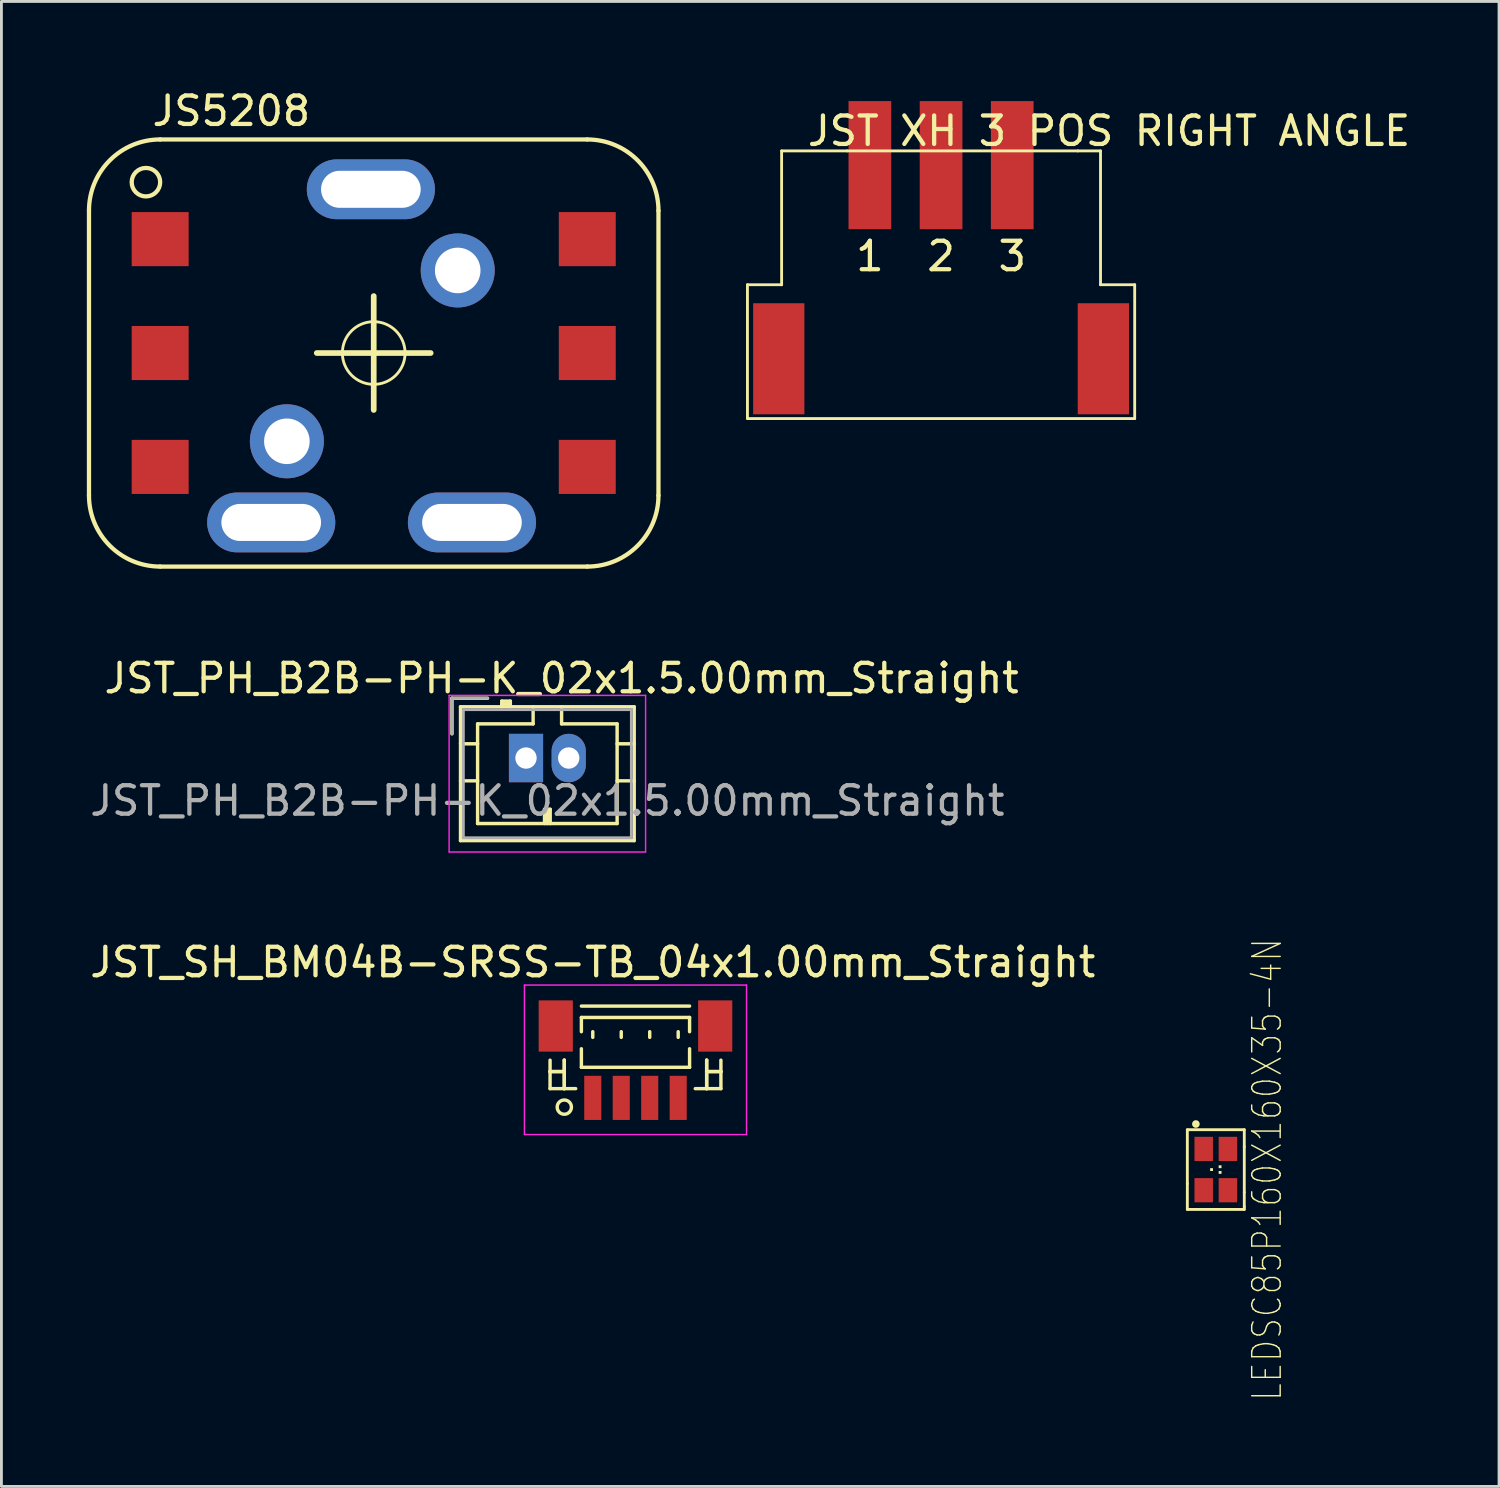
<source format=kicad_pcb>
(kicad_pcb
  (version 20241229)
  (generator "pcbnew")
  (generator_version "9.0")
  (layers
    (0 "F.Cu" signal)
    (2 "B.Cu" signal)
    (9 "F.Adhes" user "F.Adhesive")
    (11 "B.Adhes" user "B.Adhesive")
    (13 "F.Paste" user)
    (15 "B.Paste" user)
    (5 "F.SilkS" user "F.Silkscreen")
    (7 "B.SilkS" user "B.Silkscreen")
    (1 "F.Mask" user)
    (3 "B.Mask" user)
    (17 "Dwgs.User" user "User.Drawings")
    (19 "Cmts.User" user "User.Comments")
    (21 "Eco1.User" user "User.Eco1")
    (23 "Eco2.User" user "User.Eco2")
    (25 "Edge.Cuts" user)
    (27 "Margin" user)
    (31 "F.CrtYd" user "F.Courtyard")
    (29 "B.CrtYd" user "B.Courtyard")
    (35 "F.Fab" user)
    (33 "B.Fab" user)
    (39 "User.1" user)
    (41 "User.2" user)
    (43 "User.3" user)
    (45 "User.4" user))
  (footprint "JST XH 3 POS RIGHT ANGLE"
    (layer "F.Cu")
    (at 27.5 0.25)
    (property "Reference" "JST XH 3 POS RIGHT ANGLE" (at 8.4 1.3 0) (layer "F.SilkS") (effects (font (size 1 1) (thickness 0.15))))
    (attr through_hole)
    (fp_line (start -4.3 6.7) (end -4.3 11.4) (stroke (width 0.1) (type solid)) (layer "F.SilkS"))
    (fp_line (start -4.3 11.4) (end 9.3 11.4) (stroke (width 0.1) (type solid)) (layer "F.SilkS"))
    (fp_line (start -3.1 2) (end -0.8 2) (stroke (width 0.1) (type solid)) (layer "F.SilkS"))
    (fp_line (start -3.1 6.7) (end -4.3 6.7) (stroke (width 0.1) (type solid)) (layer "F.SilkS"))
    (fp_line (start -3.1 6.7) (end -3.1 2) (stroke (width 0.1) (type solid)) (layer "F.SilkS"))
    (fp_line (start -0.8 2) (end 7.3 2) (stroke (width 0.1) (type solid)) (layer "F.SilkS"))
    (fp_line (start 8.1 2) (end 7.3 2) (stroke (width 0.1) (type solid)) (layer "F.SilkS"))
    (fp_line (start 8.1 6.7) (end 8.1 2) (stroke (width 0.1) (type solid)) (layer "F.SilkS"))
    (fp_line (start 9.3 6.7) (end 8.1 6.7) (stroke (width 0.1) (type solid)) (layer "F.SilkS"))
    (fp_line (start 9.3 6.7) (end 9.3 11.4) (stroke (width 0.1) (type solid)) (layer "F.SilkS"))
    (fp_text user "2" (at 2.5 5.7 0) (layer "F.SilkS") (effects (font (size 1 1) (thickness 0.15))))
    (fp_text user "1" (at 0 5.7 0) (layer "F.SilkS") (effects (font (size 1 1) (thickness 0.15))))
    (fp_text user "3" (at 5 5.7 0) (layer "F.SilkS") (effects (font (size 1 1) (thickness 0.15))))
    (pad "1" smd rect (at 0 2.5 90) (size 4.5 1.5) (layers "F.Cu" "F.Mask" "F.Paste"))
    (pad "2" smd rect (at 2.5 2.5 90) (size 4.5 1.5) (layers "F.Cu" "F.Mask" "F.Paste"))
    (pad "3" smd rect (at 5 2.5 90) (size 4.5 1.5) (layers "F.Cu" "F.Mask" "F.Paste"))
    (pad "4" smd rect (at -3.2 9.3 90) (size 3.9 1.8) (layers "F.Cu" "F.Mask" "F.Paste"))
    (pad "4" smd rect (at 8.2 9.3 90) (size 3.9 1.8) (layers "F.Cu" "F.Mask" "F.Paste")))
  (footprint "LEDSC85P160X160X35-4N"
    (layer "F.Cu")
    (at 39.649 38.025)
    (property "Reference" "LEDSC85P160X160X35-4N" (at 1.8 0 90) (layer "F.SilkS") (effects (font (size 1 0.8) (thickness 0.05))))
    (attr smd)
    (fp_line (start -1 -1.4) (end 1 -1.4) (stroke (width 0.1) (type solid)) (layer "F.SilkS"))
    (fp_line (start -1 0.5) (end -1 -1.4) (stroke (width 0.1) (type solid)) (layer "F.SilkS"))
    (fp_line (start -1 1.4) (end -1 0.5) (stroke (width 0.1) (type solid)) (layer "F.SilkS"))
    (fp_line (start 1 -1.4) (end 1 -0.8) (stroke (width 0.1) (type solid)) (layer "F.SilkS"))
    (fp_line (start 1 -0.8) (end 1 0.8) (stroke (width 0.1) (type solid)) (layer "F.SilkS"))
    (fp_line (start 1 0.8) (end 1 1.3) (stroke (width 0.1) (type solid)) (layer "F.SilkS"))
    (fp_line (start 1 1.3) (end 1 1.4) (stroke (width 0.1) (type solid)) (layer "F.SilkS"))
    (fp_line (start 1 1.4) (end -1 1.4) (stroke (width 0.1) (type solid)) (layer "F.SilkS"))
    (fp_circle (center -0.7 -1.6) (end -0.629 -1.6) (stroke (width 0.127) (type solid)) (fill no) (layer "F.SilkS"))
    (fp_poly (pts (xy -0.2 -0.05) (xy -0.1 -0.05) (xy -0.1 0.05) (xy -0.2 0.05)) (stroke (width 0) (type solid)) (fill yes) (layer "F.SilkS"))
    (fp_poly (pts (xy 0.1 -0.15) (xy 0.2 -0.15) (xy 0.2 -0.05) (xy 0.1 -0.05)) (stroke (width 0) (type solid)) (fill yes) (layer "F.SilkS"))
    (fp_poly (pts (xy 0.1 0.05) (xy 0.2 0.05) (xy 0.2 0.15) (xy 0.1 0.15)) (stroke (width 0) (type solid)) (fill yes) (layer "F.SilkS"))
    (fp_line (start -1.05 -1.35) (end 1.1 -1.35) (stroke (width 0.127) (type solid)) (layer "Eco1.User"))
    (fp_line (start -1.05 1.35) (end -1.05 -1.35) (stroke (width 0.127) (type solid)) (layer "Eco1.User"))
    (fp_line (start 1.1 -1.35) (end 1.1 1.35) (stroke (width 0.127) (type solid)) (layer "Eco1.User"))
    (fp_line (start 1.1 1.35) (end -1.05 1.35) (stroke (width 0.127) (type solid)) (layer "Eco1.User"))
    (fp_line (start -0.864 -0.794) (end 0.893 -0.8) (stroke (width 0.127) (type solid)) (layer "Eco2.User"))
    (fp_line (start 0.897 0.8) (end -0.871 0.804) (stroke (width 0.127) (type solid)) (layer "Eco2.User"))
    (pad "1" smd rect (at -0.425 -0.725) (size 0.65 0.85) (layers "F.Cu" "F.Mask" "F.Paste"))
    (pad "2" smd rect (at 0.425 -0.725) (size 0.65 0.85) (layers "F.Cu" "F.Mask" "F.Paste"))
    (pad "3" smd rect (at 0.425 0.725) (size 0.65 0.85) (layers "F.Cu" "F.Mask" "F.Paste"))
    (pad "4" smd rect (at -0.425 0.725) (size 0.65 0.85) (layers "F.Cu" "F.Mask" "F.Paste")))
  (footprint "JST_PH_B2B-PH-K_02x1.5.00mm_Straight"
    (layer "F.Cu")
    (at 15.173 23.572)
    (property "Reference" "JST_PH_B2B-PH-K_02x1.5.00mm_Straight" (at 1.5 -2.8 0) (layer "F.SilkS") (effects (font (size 1 1) (thickness 0.15))))
    (attr through_hole)
    (fp_line (start -2.35 -2.1) (end -2.35 -0.85) (stroke (width 0.12) (type solid)) (layer "F.SilkS"))
    (fp_line (start -2.05 -1.8) (end -2.05 2.9) (stroke (width 0.12) (type solid)) (layer "F.SilkS"))
    (fp_line (start -2.05 -0.5) (end -1.45 -0.5) (stroke (width 0.12) (type solid)) (layer "F.SilkS"))
    (fp_line (start -2.05 0.8) (end -1.45 0.8) (stroke (width 0.12) (type solid)) (layer "F.SilkS"))
    (fp_line (start -2.05 2.9) (end 4.05 2.9) (stroke (width 0.12) (type solid)) (layer "F.SilkS"))
    (fp_line (start -1.45 -1.2) (end -1.45 2.3) (stroke (width 0.12) (type solid)) (layer "F.SilkS"))
    (fp_line (start -1.45 2.3) (end 3.45 2.3) (stroke (width 0.12) (type solid)) (layer "F.SilkS"))
    (fp_line (start -1.1 -2.1) (end -2.35 -2.1) (stroke (width 0.12) (type solid)) (layer "F.SilkS"))
    (fp_line (start -0.6 -2) (end -0.6 -1.8) (stroke (width 0.12) (type solid)) (layer "F.SilkS"))
    (fp_line (start -0.3 -2) (end -0.6 -2) (stroke (width 0.12) (type solid)) (layer "F.SilkS"))
    (fp_line (start -0.3 -1.9) (end -0.6 -1.9) (stroke (width 0.12) (type solid)) (layer "F.SilkS"))
    (fp_line (start -0.3 -1.8) (end -0.3 -2) (stroke (width 0.12) (type solid)) (layer "F.SilkS"))
    (fp_line (start 0.5 -1.8) (end 0.5 -1.2) (stroke (width 0.12) (type solid)) (layer "F.SilkS"))
    (fp_line (start 0.5 -1.2) (end -1.45 -1.2) (stroke (width 0.12) (type solid)) (layer "F.SilkS"))
    (fp_line (start 0.9 1.8) (end 1.1 1.8) (stroke (width 0.12) (type solid)) (layer "F.SilkS"))
    (fp_line (start 0.9 2.3) (end 0.9 1.8) (stroke (width 0.12) (type solid)) (layer "F.SilkS"))
    (fp_line (start 1 2.3) (end 1 1.8) (stroke (width 0.12) (type solid)) (layer "F.SilkS"))
    (fp_line (start 1.1 1.8) (end 1.1 2.3) (stroke (width 0.12) (type solid)) (layer "F.SilkS"))
    (fp_line (start 1.5 -1.2) (end 1.5 -1.8) (stroke (width 0.12) (type solid)) (layer "F.SilkS"))
    (fp_line (start 3.45 -1.2) (end 1.5 -1.2) (stroke (width 0.12) (type solid)) (layer "F.SilkS"))
    (fp_line (start 3.45 2.3) (end 3.45 -1.2) (stroke (width 0.12) (type solid)) (layer "F.SilkS"))
    (fp_line (start 4.05 -1.8) (end -2.05 -1.8) (stroke (width 0.12) (type solid)) (layer "F.SilkS"))
    (fp_line (start 4.05 -0.5) (end 3.45 -0.5) (stroke (width 0.12) (type solid)) (layer "F.SilkS"))
    (fp_line (start 4.05 0.8) (end 3.45 0.8) (stroke (width 0.12) (type solid)) (layer "F.SilkS"))
    (fp_line (start 4.05 2.9) (end 4.05 -1.8) (stroke (width 0.12) (type solid)) (layer "F.SilkS"))
    (fp_line (start -2.45 -2.2) (end -2.45 3.3) (stroke (width 0.05) (type solid)) (layer "F.CrtYd"))
    (fp_line (start -2.45 3.3) (end 4.45 3.3) (stroke (width 0.05) (type solid)) (layer "F.CrtYd"))
    (fp_line (start 4.45 -2.2) (end -2.45 -2.2) (stroke (width 0.05) (type solid)) (layer "F.CrtYd"))
    (fp_line (start 4.45 3.3) (end 4.45 -2.2) (stroke (width 0.05) (type solid)) (layer "F.CrtYd"))
    (fp_line (start -2.35 -2.1) (end -2.35 -0.85) (stroke (width 0.1) (type solid)) (layer "F.Fab"))
    (fp_line (start -1.95 -1.7) (end -1.95 2.8) (stroke (width 0.1) (type solid)) (layer "F.Fab"))
    (fp_line (start -1.95 2.8) (end 3.95 2.8) (stroke (width 0.1) (type solid)) (layer "F.Fab"))
    (fp_line (start -1.1 -2.1) (end -2.35 -2.1) (stroke (width 0.1) (type solid)) (layer "F.Fab"))
    (fp_line (start 3.95 -1.7) (end -1.95 -1.7) (stroke (width 0.1) (type solid)) (layer "F.Fab"))
    (fp_line (start 3.95 2.8) (end 3.95 -1.7) (stroke (width 0.1) (type solid)) (layer "F.Fab"))
    (fp_text user "${REFERENCE}" (at 1 1.5 0) (layer "F.Fab") (effects (font (size 1 1) (thickness 0.15))))
    (pad "1" thru_hole rect (at 0.25 0) (size 1.2 1.7) (drill 0.75) (layers "*.Cu" "*.Mask"))
    (pad "2" thru_hole oval (at 1.75 0) (size 1.2 1.7) (drill 0.75) (layers "*.Cu" "*.Mask")))
  (footprint "JS5208"
    (layer "F.Cu")
    (at 4.975 2.948)
    (property "Reference" "JS5208" (at 0.1 -2.1 0) (layer "F.SilkS") (effects (font (size 1 1) (thickness 0.15))))
    (attr through_hole)
    (fp_line (start -4.9 11.4) (end -4.9 1.4) (stroke (width 0.15) (type solid)) (layer "F.SilkS"))
    (fp_line (start 5.1 4.4) (end 5.1 8.4) (stroke (width 0.2) (type solid)) (layer "F.SilkS"))
    (fp_line (start 7.1 6.4) (end 3.1 6.4) (stroke (width 0.2) (type solid)) (layer "F.SilkS"))
    (fp_line (start 12.6 -1.1) (end -2.4 -1.1) (stroke (width 0.15) (type solid)) (layer "F.SilkS"))
    (fp_line (start 12.6 13.9) (end -2.4 13.9) (stroke (width 0.15) (type solid)) (layer "F.SilkS"))
    (fp_line (start 15.1 1.4) (end 15.1 11.4) (stroke (width 0.15) (type solid)) (layer "F.SilkS"))
    (fp_arc (start -4.9 1.4) (mid -4.167767 -0.367767) (end -2.4 -1.1) (stroke (width 0.15) (type solid)) (layer "F.SilkS"))
    (fp_arc (start -2.4 13.9) (mid -4.167767 13.167767) (end -4.9 11.4) (stroke (width 0.15) (type solid)) (layer "F.SilkS"))
    (fp_arc (start 12.6 -1.1) (mid 14.367767 -0.367767) (end 15.1 1.4) (stroke (width 0.15) (type solid)) (layer "F.SilkS"))
    (fp_arc (start 15.1 11.4) (mid 14.367767 13.167767) (end 12.6 13.9) (stroke (width 0.15) (type solid)) (layer "F.SilkS"))
    (fp_circle (center -2.9 0.4) (end -2.4 0.4) (stroke (width 0.15) (type solid)) (fill no) (layer "F.SilkS"))
    (fp_circle (center 5.1 6.4) (end 6.2 6.45) (stroke (width 0.1) (type solid)) (fill no) (layer "F.SilkS"))
    (pad "1" smd rect (at -2.4 2.4) (size 2 1.9) (layers "F.Cu" "F.Mask" "F.Paste"))
    (pad "2" smd rect (at -2.4 6.4) (size 2 1.9) (layers "F.Cu" "F.Mask" "F.Paste"))
    (pad "3" smd rect (at -2.4 10.4) (size 2 1.9) (layers "F.Cu" "F.Mask" "F.Paste"))
    (pad "4" smd rect (at 12.6 2.4) (size 2 1.9) (layers "F.Cu" "F.Mask" "F.Paste"))
    (pad "5" smd rect (at 12.6 6.4) (size 2 1.9) (layers "F.Cu" "F.Mask" "F.Paste"))
    (pad "6" smd rect (at 12.6 10.4) (size 2 1.9) (layers "F.Cu" "F.Mask" "F.Paste"))
    (pad "7" thru_hole oval (at 1.5 12.35) (size 4.5 2.1) (drill oval 3.5 1.3) (layers "*.Cu" "*.Mask"))
    (pad "7" thru_hole circle (at 2.05 9.5) (size 2.6 2.6) (drill 1.6) (layers "*.Cu" "*.Mask"))
    (pad "7" thru_hole oval (at 5 0.65 180) (size 4.5 2.1) (drill oval 3.5 1.3) (layers "*.Cu" "*.Mask"))
    (pad "7" thru_hole circle (at 8.05 3.5) (size 2.6 2.6) (drill 1.6) (layers "*.Cu" "*.Mask"))
    (pad "7" thru_hole oval (at 8.55 12.35) (size 4.5 2.1) (drill oval 3.5 1.3) (layers "*.Cu" "*.Mask")))
  (footprint "JST_SH_BM04B-SRSS-TB_04x1.00mm_Straight"
    (layer "F.Cu")
    (at 19.268 34.245)
    (property "Reference" "JST_SH_BM04B-SRSS-TB_04x1.00mm_Straight" (at -1.5 -3.5 0) (layer "F.SilkS") (effects (font (size 1 1) (thickness 0.15))))
    (attr smd)
    (fp_line (start -3 -0.062) (end -3 0.938) (stroke (width 0.12) (type solid)) (layer "F.SilkS"))
    (fp_line (start -3 0.338) (end -3 0.338) (stroke (width 0.12) (type solid)) (layer "F.SilkS"))
    (fp_line (start -3 0.338) (end -2.5 0.338) (stroke (width 0.12) (type solid)) (layer "F.SilkS"))
    (fp_line (start -3 0.938) (end -2.1 0.938) (stroke (width 0.12) (type solid)) (layer "F.SilkS"))
    (fp_line (start -2.5 -0.062) (end -2.5 -0.062) (stroke (width 0.12) (type solid)) (layer "F.SilkS"))
    (fp_line (start -2.5 -0.062) (end -2.5 0.938) (stroke (width 0.12) (type solid)) (layer "F.SilkS"))
    (fp_line (start -2.5 0.338) (end -3 0.338) (stroke (width 0.12) (type solid)) (layer "F.SilkS"))
    (fp_line (start -2.5 0.338) (end -2.5 0.338) (stroke (width 0.12) (type solid)) (layer "F.SilkS"))
    (fp_line (start -2.5 0.938) (end -2.5 -0.062) (stroke (width 0.12) (type solid)) (layer "F.SilkS"))
    (fp_line (start -2.5 0.938) (end -2.5 0.938) (stroke (width 0.12) (type solid)) (layer "F.SilkS"))
    (fp_line (start -1.9 -1.962) (end 1.9 -1.962) (stroke (width 0.12) (type solid)) (layer "F.SilkS"))
    (fp_line (start -1.9 -1.562) (end 1.9 -1.562) (stroke (width 0.12) (type solid)) (layer "F.SilkS"))
    (fp_line (start -1.9 -1.062) (end -1.9 -1.562) (stroke (width 0.12) (type solid)) (layer "F.SilkS"))
    (fp_line (start -1.9 -0.463) (end -1.9 0.188) (stroke (width 0.12) (type solid)) (layer "F.SilkS"))
    (fp_line (start -1.9 0.188) (end 1.9 0.188) (stroke (width 0.12) (type solid)) (layer "F.SilkS"))
    (fp_line (start -1.5 -1.062) (end -1.5 -0.863) (stroke (width 0.12) (type solid)) (layer "F.SilkS"))
    (fp_line (start -0.5 -1.062) (end -0.5 -0.863) (stroke (width 0.12) (type solid)) (layer "F.SilkS"))
    (fp_line (start 0.5 -1.062) (end 0.5 -0.863) (stroke (width 0.12) (type solid)) (layer "F.SilkS"))
    (fp_line (start 1.5 -1.062) (end 1.5 -0.863) (stroke (width 0.12) (type solid)) (layer "F.SilkS"))
    (fp_line (start 1.9 -1.562) (end 1.9 -1.062) (stroke (width 0.12) (type solid)) (layer "F.SilkS"))
    (fp_line (start 1.9 0.188) (end 1.9 -0.463) (stroke (width 0.12) (type solid)) (layer "F.SilkS"))
    (fp_line (start 2.5 -0.062) (end 2.5 -0.062) (stroke (width 0.12) (type solid)) (layer "F.SilkS"))
    (fp_line (start 2.5 -0.062) (end 2.5 0.938) (stroke (width 0.12) (type solid)) (layer "F.SilkS"))
    (fp_line (start 2.5 0.338) (end 2.5 0.338) (stroke (width 0.12) (type solid)) (layer "F.SilkS"))
    (fp_line (start 2.5 0.338) (end 3 0.338) (stroke (width 0.12) (type solid)) (layer "F.SilkS"))
    (fp_line (start 2.5 0.938) (end 2.5 -0.062) (stroke (width 0.12) (type solid)) (layer "F.SilkS"))
    (fp_line (start 2.5 0.938) (end 2.5 0.938) (stroke (width 0.12) (type solid)) (layer "F.SilkS"))
    (fp_line (start 3 -0.062) (end 3 0.938) (stroke (width 0.12) (type solid)) (layer "F.SilkS"))
    (fp_line (start 3 0.338) (end 2.5 0.338) (stroke (width 0.12) (type solid)) (layer "F.SilkS"))
    (fp_line (start 3 0.338) (end 3 0.338) (stroke (width 0.12) (type solid)) (layer "F.SilkS"))
    (fp_line (start 3 0.938) (end 2.1 0.938) (stroke (width 0.12) (type solid)) (layer "F.SilkS"))
    (fp_circle (center -2.5 1.587) (end -2.25 1.587) (stroke (width 0.12) (type solid)) (fill no) (layer "F.SilkS"))
    (fp_line (start -3.9 -2.7) (end 3.9 -2.7) (stroke (width 0.05) (type solid)) (layer "F.CrtYd"))
    (fp_line (start -3.9 2.55) (end -3.9 -2.7) (stroke (width 0.05) (type solid)) (layer "F.CrtYd"))
    (fp_line (start 3.9 -2.7) (end 3.9 2.55) (stroke (width 0.05) (type solid)) (layer "F.CrtYd"))
    (fp_line (start 3.9 2.55) (end -3.9 2.55) (stroke (width 0.05) (type solid)) (layer "F.CrtYd"))
    (pad "" smd rect (at -2.8 -1.262) (size 1.2 1.8) (layers "F.Cu" "F.Mask" "F.Paste"))
    (pad "" smd rect (at 2.8 -1.262) (size 1.2 1.8) (layers "F.Cu" "F.Mask" "F.Paste"))
    (pad "1" smd rect (at -1.5 1.262) (size 0.6 1.55) (layers "F.Cu" "F.Mask" "F.Paste"))
    (pad "2" smd rect (at -0.5 1.262) (size 0.6 1.55) (layers "F.Cu" "F.Mask" "F.Paste"))
    (pad "3" smd rect (at 0.5 1.262) (size 0.6 1.55) (layers "F.Cu" "F.Mask" "F.Paste"))
    (pad "4" smd rect (at 1.5 1.262) (size 0.6 1.55) (layers "F.Cu" "F.Mask" "F.Paste")))
  (gr_rect
    (start -3 -3)
    (end 49.596 49.153)
    (stroke (width 0.1) (type default))
    (fill no)
    (layer "Edge.Cuts")))
</source>
